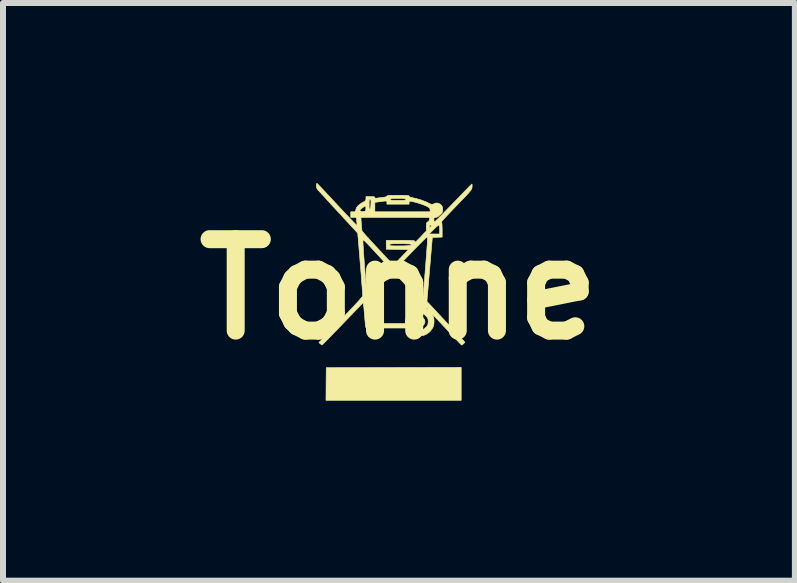
<source format=kicad_pcb>
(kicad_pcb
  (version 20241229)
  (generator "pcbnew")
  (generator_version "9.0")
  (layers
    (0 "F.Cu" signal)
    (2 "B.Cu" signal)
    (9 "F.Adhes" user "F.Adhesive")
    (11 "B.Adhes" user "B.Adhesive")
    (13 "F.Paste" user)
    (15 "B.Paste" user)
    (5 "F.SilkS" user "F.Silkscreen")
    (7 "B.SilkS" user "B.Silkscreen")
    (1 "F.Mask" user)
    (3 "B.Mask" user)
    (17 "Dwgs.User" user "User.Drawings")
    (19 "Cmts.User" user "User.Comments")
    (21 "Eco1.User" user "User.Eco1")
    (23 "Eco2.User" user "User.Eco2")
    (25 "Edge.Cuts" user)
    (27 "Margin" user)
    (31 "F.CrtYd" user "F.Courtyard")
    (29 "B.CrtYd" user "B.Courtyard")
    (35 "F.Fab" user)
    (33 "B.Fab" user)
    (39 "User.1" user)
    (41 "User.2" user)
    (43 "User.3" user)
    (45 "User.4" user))
  (footprint "Tonne"
    (layer "F.Cu")
    (at 3.6 1.771)
    (property "Reference" "Tonne" (at 0 0 0) (layer "F.SilkS") (effects (font (size 1.524 1.524) (thickness 0.3))))
    (attr through_hole)
    (fp_poly (pts (xy 1.037 1.852) (xy -1.217 1.852) (xy -1.212 1.307) (xy 1.037 1.302) (xy 1.037 1.852)) (stroke (width 0.01) (type solid)) (fill yes) (layer "F.SilkS"))
    (fp_poly (pts (xy 0.4 0.474) (xy 0.408 0.481) (xy 0.43 0.514) (xy 0.434 0.548) (xy 0.423 0.579) (xy 0.402 0.604) (xy 0.372 0.62) (xy 0.338 0.622) (xy 0.302 0.609) (xy 0.292 0.602) (xy 0.272 0.58) (xy 0.265 0.55) (xy 0.265 0.54) (xy 0.273 0.501) (xy 0.296 0.473) (xy 0.329 0.458) (xy 0.365 0.457) (xy 0.4 0.474)) (stroke (width 0.01) (type solid)) (fill yes) (layer "F.SilkS"))
    (fp_poly (pts (xy -1.358 -1.757) (xy -1.337 -1.735) (xy -1.304 -1.701) (xy -1.261 -1.655) (xy -1.209 -1.6) (xy -1.151 -1.538) (xy -1.087 -1.469) (xy -1.032 -1.41) (xy -0.965 -1.338) (xy -0.902 -1.271) (xy -0.845 -1.211) (xy -0.796 -1.159) (xy -0.755 -1.117) (xy -0.725 -1.086) (xy -0.706 -1.068) (xy -0.701 -1.063) (xy -0.7 -1.075) (xy -0.701 -1.102) (xy -0.704 -1.132) (xy -0.711 -1.196) (xy -0.634 -1.196) (xy -0.628 -1.093) (xy -0.624 -1.046) (xy -0.62 -1.007) (xy -0.617 -0.98) (xy -0.615 -0.972) (xy -0.606 -0.96) (xy -0.585 -0.935) (xy -0.553 -0.898) (xy -0.511 -0.852) (xy -0.461 -0.797) (xy -0.405 -0.737) (xy -0.35 -0.677) (xy -0.091 -0.399) (xy 0.033 -0.53) (xy 0.157 -0.661) (xy -0.212 -0.667) (xy -0.212 -0.743) (xy -0.157 -0.743) (xy -0.155 -0.733) (xy -0.154 -0.731) (xy -0.141 -0.726) (xy -0.11 -0.723) (xy -0.06 -0.722) (xy 0.011 -0.722) (xy 0.03 -0.722) (xy 0.096 -0.723) (xy 0.144 -0.725) (xy 0.176 -0.728) (xy 0.195 -0.731) (xy 0.204 -0.736) (xy 0.206 -0.741) (xy 0.203 -0.747) (xy 0.193 -0.751) (xy 0.172 -0.755) (xy 0.137 -0.757) (xy 0.086 -0.759) (xy 0.033 -0.76) (xy -0.039 -0.76) (xy -0.092 -0.759) (xy -0.128 -0.756) (xy -0.149 -0.751) (xy -0.157 -0.743) (xy -0.212 -0.743) (xy -0.212 -0.815) (xy 0.026 -0.815) (xy 0.104 -0.815) (xy 0.163 -0.814) (xy 0.206 -0.813) (xy 0.235 -0.811) (xy 0.252 -0.808) (xy 0.262 -0.804) (xy 0.265 -0.799) (xy 0.265 -0.798) (xy 0.266 -0.789) (xy 0.27 -0.786) (xy 0.281 -0.792) (xy 0.299 -0.809) (xy 0.327 -0.837) (xy 0.368 -0.879) (xy 0.368 -0.88) (xy 0.407 -0.921) (xy 0.503 -0.921) (xy 0.677 -0.921) (xy 0.677 -0.995) (xy 0.676 -1.037) (xy 0.672 -1.061) (xy 0.664 -1.069) (xy 0.664 -1.069) (xy 0.651 -1.062) (xy 0.627 -1.043) (xy 0.597 -1.015) (xy 0.577 -0.995) (xy 0.503 -0.921) (xy 0.407 -0.921) (xy 0.455 -0.971) (xy 0.455 -1.041) (xy 0.455 -1.048) (xy 0.508 -1.048) (xy 0.51 -1.031) (xy 0.512 -1.027) (xy 0.521 -1.033) (xy 0.534 -1.048) (xy 0.547 -1.063) (xy 0.544 -1.068) (xy 0.531 -1.069) (xy 0.512 -1.062) (xy 0.508 -1.048) (xy 0.455 -1.048) (xy 0.456 -1.081) (xy 0.46 -1.104) (xy 0.468 -1.116) (xy 0.474 -1.119) (xy 0.498 -1.136) (xy 0.508 -1.165) (xy 0.508 -1.172) (xy 0.508 -1.196) (xy -0.634 -1.196) (xy -0.711 -1.196) (xy -0.804 -1.196) (xy -0.804 -1.291) (xy -0.762 -1.291) (xy -0.735 -1.292) (xy -0.723 -1.299) (xy -0.722 -1.305) (xy -0.651 -1.305) (xy -0.64 -1.295) (xy -0.612 -1.293) (xy -0.598 -1.293) (xy -0.571 -1.296) (xy -0.559 -1.305) (xy -0.554 -1.324) (xy -0.552 -1.341) (xy -0.552 -1.369) (xy -0.555 -1.385) (xy -0.556 -1.386) (xy -0.574 -1.38) (xy -0.599 -1.365) (xy -0.624 -1.345) (xy -0.642 -1.328) (xy -0.645 -1.323) (xy -0.651 -1.305) (xy -0.722 -1.305) (xy -0.72 -1.316) (xy -0.72 -1.324) (xy -0.709 -1.359) (xy -0.68 -1.395) (xy -0.651 -1.417) (xy -0.497 -1.417) (xy -0.497 -1.373) (xy -0.494 -1.347) (xy -0.488 -1.336) (xy -0.484 -1.336) (xy -0.476 -1.35) (xy -0.47 -1.383) (xy -0.468 -1.422) (xy -0.467 -1.448) (xy -0.402 -1.448) (xy -0.402 -1.291) (xy 0.519 -1.291) (xy 0.519 -1.323) (xy 0.516 -1.341) (xy 0.507 -1.355) (xy 0.486 -1.37) (xy 0.456 -1.386) (xy 0.401 -1.409) (xy 0.335 -1.432) (xy 0.263 -1.452) (xy 0.204 -1.465) (xy 0.18 -1.467) (xy 0.171 -1.46) (xy 0.169 -1.444) (xy 0.169 -1.418) (xy -0.201 -1.418) (xy -0.201 -1.446) (xy -0.201 -1.457) (xy -0.204 -1.465) (xy -0.212 -1.469) (xy -0.229 -1.47) (xy -0.259 -1.467) (xy -0.303 -1.461) (xy -0.357 -1.454) (xy -0.402 -1.448) (xy -0.467 -1.448) (xy -0.467 -1.464) (xy -0.469 -1.488) (xy -0.472 -1.498) (xy -0.148 -1.498) (xy -0.148 -1.498) (xy -0.145 -1.491) (xy -0.134 -1.486) (xy -0.111 -1.483) (xy -0.073 -1.482) (xy -0.017 -1.482) (xy -0.016 -1.482) (xy 0.04 -1.482) (xy 0.078 -1.483) (xy 0.102 -1.486) (xy 0.113 -1.491) (xy 0.116 -1.497) (xy 0.116 -1.498) (xy 0.113 -1.504) (xy 0.102 -1.509) (xy 0.079 -1.512) (xy 0.041 -1.513) (xy -0.015 -1.513) (xy -0.016 -1.513) (xy -0.072 -1.513) (xy -0.11 -1.512) (xy -0.133 -1.509) (xy -0.145 -1.504) (xy -0.148 -1.498) (xy -0.472 -1.498) (xy -0.473 -1.5) (xy -0.481 -1.503) (xy -0.489 -1.499) (xy -0.494 -1.486) (xy -0.497 -1.458) (xy -0.497 -1.417) (xy -0.651 -1.417) (xy -0.633 -1.431) (xy -0.6 -1.45) (xy -0.57 -1.467) (xy -0.556 -1.483) (xy -0.551 -1.501) (xy -0.55 -1.511) (xy -0.55 -1.545) (xy -0.476 -1.545) (xy -0.437 -1.544) (xy -0.414 -1.541) (xy -0.404 -1.535) (xy -0.402 -1.528) (xy -0.396 -1.516) (xy -0.378 -1.517) (xy -0.356 -1.521) (xy -0.32 -1.525) (xy -0.279 -1.53) (xy -0.278 -1.53) (xy -0.234 -1.536) (xy -0.209 -1.543) (xy -0.201 -1.552) (xy -0.201 -1.552) (xy -0.197 -1.557) (xy -0.185 -1.561) (xy -0.16 -1.564) (xy -0.121 -1.565) (xy -0.066 -1.566) (xy -0.016 -1.566) (xy 0.052 -1.566) (xy 0.102 -1.565) (xy 0.136 -1.563) (xy 0.156 -1.561) (xy 0.167 -1.556) (xy 0.169 -1.551) (xy 0.179 -1.538) (xy 0.207 -1.529) (xy 0.209 -1.529) (xy 0.291 -1.511) (xy 0.374 -1.486) (xy 0.45 -1.457) (xy 0.476 -1.445) (xy 0.513 -1.426) (xy 0.538 -1.417) (xy 0.555 -1.415) (xy 0.57 -1.419) (xy 0.579 -1.424) (xy 0.616 -1.437) (xy 0.65 -1.435) (xy 0.678 -1.423) (xy 0.709 -1.4) (xy 0.726 -1.368) (xy 0.73 -1.325) (xy 0.728 -1.301) (xy 0.721 -1.28) (xy 0.704 -1.258) (xy 0.674 -1.23) (xy 0.656 -1.214) (xy 0.63 -1.2) (xy 0.609 -1.196) (xy 0.591 -1.193) (xy 0.583 -1.181) (xy 0.582 -1.159) (xy 0.585 -1.134) (xy 0.591 -1.122) (xy 0.592 -1.122) (xy 0.601 -1.129) (xy 0.623 -1.15) (xy 0.657 -1.183) (xy 0.701 -1.227) (xy 0.753 -1.28) (xy 0.811 -1.34) (xy 0.875 -1.405) (xy 0.905 -1.437) (xy 0.971 -1.504) (xy 1.032 -1.567) (xy 1.086 -1.624) (xy 1.134 -1.672) (xy 1.171 -1.711) (xy 1.199 -1.738) (xy 1.213 -1.752) (xy 1.216 -1.754) (xy 1.219 -1.746) (xy 1.219 -1.724) (xy 1.219 -1.707) (xy 1.217 -1.693) (xy 1.214 -1.68) (xy 1.209 -1.667) (xy 1.199 -1.651) (xy 1.183 -1.631) (xy 1.161 -1.604) (xy 1.129 -1.57) (xy 1.087 -1.526) (xy 1.034 -1.471) (xy 0.968 -1.402) (xy 0.955 -1.389) (xy 0.896 -1.327) (xy 0.841 -1.27) (xy 0.794 -1.22) (xy 0.756 -1.179) (xy 0.728 -1.147) (xy 0.711 -1.128) (xy 0.708 -1.122) (xy 0.713 -1.113) (xy 0.717 -1.085) (xy 0.719 -1.037) (xy 0.72 -0.995) (xy 0.72 -0.869) (xy 0.638 -0.866) (xy 0.556 -0.863) (xy 0.511 -0.33) (xy 0.466 0.203) (xy 1.1 0.883) (xy 1.077 0.907) (xy 1.059 0.924) (xy 1.046 0.931) (xy 1.046 0.931) (xy 1.037 0.924) (xy 1.016 0.903) (xy 0.984 0.869) (xy 0.942 0.826) (xy 0.894 0.775) (xy 0.839 0.717) (xy 0.803 0.677) (xy 0.746 0.617) (xy 0.694 0.561) (xy 0.649 0.513) (xy 0.611 0.474) (xy 0.583 0.446) (xy 0.567 0.43) (xy 0.563 0.428) (xy 0.565 0.439) (xy 0.572 0.457) (xy 0.582 0.49) (xy 0.585 0.535) (xy 0.582 0.583) (xy 0.571 0.624) (xy 0.567 0.635) (xy 0.526 0.696) (xy 0.474 0.741) (xy 0.415 0.769) (xy 0.351 0.779) (xy 0.285 0.771) (xy 0.221 0.743) (xy 0.218 0.741) (xy 0.187 0.717) (xy 0.16 0.69) (xy 0.152 0.678) (xy 0.133 0.646) (xy -0.36 0.646) (xy -0.36 0.783) (xy -0.508 0.783) (xy -0.508 0.714) (xy -0.508 0.688) (xy -0.455 0.688) (xy -0.452 0.717) (xy -0.444 0.729) (xy -0.439 0.73) (xy -0.428 0.723) (xy -0.424 0.7) (xy -0.423 0.688) (xy -0.426 0.658) (xy -0.435 0.646) (xy -0.439 0.646) (xy -0.45 0.653) (xy -0.455 0.676) (xy -0.455 0.688) (xy -0.508 0.688) (xy -0.509 0.677) (xy -0.511 0.657) (xy -0.518 0.648) (xy -0.53 0.646) (xy -0.533 0.646) (xy -0.542 0.645) (xy -0.549 0.641) (xy -0.555 0.631) (xy -0.559 0.612) (xy -0.562 0.58) (xy -0.566 0.533) (xy -0.571 0.474) (xy -0.576 0.412) (xy -0.581 0.355) (xy -0.585 0.308) (xy -0.589 0.274) (xy -0.591 0.263) (xy -0.598 0.224) (xy -0.936 0.575) (xy -1.005 0.647) (xy -1.07 0.713) (xy -1.128 0.774) (xy -1.179 0.827) (xy -1.222 0.87) (xy -1.254 0.902) (xy -1.273 0.922) (xy -1.28 0.928) (xy -1.291 0.924) (xy -1.311 0.91) (xy -1.311 0.91) (xy -1.335 0.889) (xy -0.972 0.513) (xy -0.894 0.431) (xy -0.823 0.356) (xy -0.76 0.289) (xy -0.706 0.231) (xy -0.662 0.183) (xy -0.641 0.158) (xy -0.532 0.158) (xy -0.52 0.33) (xy -0.515 0.391) (xy -0.51 0.447) (xy -0.506 0.494) (xy -0.503 0.526) (xy -0.502 0.537) (xy -0.496 0.572) (xy 0.103 0.572) (xy 0.109 0.518) (xy 0.11 0.515) (xy 0.207 0.515) (xy 0.21 0.567) (xy 0.218 0.592) (xy 0.245 0.637) (xy 0.285 0.665) (xy 0.339 0.677) (xy 0.353 0.677) (xy 0.386 0.675) (xy 0.409 0.667) (xy 0.433 0.648) (xy 0.446 0.636) (xy 0.47 0.61) (xy 0.482 0.587) (xy 0.486 0.56) (xy 0.487 0.54) (xy 0.485 0.505) (xy 0.478 0.481) (xy 0.46 0.458) (xy 0.446 0.443) (xy 0.419 0.419) (xy 0.396 0.406) (xy 0.368 0.402) (xy 0.355 0.402) (xy 0.298 0.411) (xy 0.253 0.434) (xy 0.222 0.47) (xy 0.207 0.515) (xy 0.11 0.515) (xy 0.127 0.448) (xy 0.163 0.389) (xy 0.213 0.343) (xy 0.253 0.323) (xy 0.458 0.323) (xy 0.468 0.335) (xy 0.478 0.339) (xy 0.482 0.333) (xy 0.476 0.323) (xy 0.463 0.311) (xy 0.458 0.311) (xy 0.458 0.323) (xy 0.253 0.323) (xy 0.275 0.312) (xy 0.329 0.301) (xy 0.364 0.296) (xy 0.382 0.291) (xy 0.39 0.281) (xy 0.392 0.265) (xy 0.392 0.263) (xy 0.389 0.252) (xy 0.382 0.237) (xy 0.369 0.217) (xy 0.347 0.19) (xy 0.317 0.154) (xy 0.275 0.108) (xy 0.223 0.05) (xy 0.157 -0.022) (xy 0.147 -0.032) (xy -0.097 -0.296) (xy -0.247 -0.14) (xy -0.298 -0.087) (xy -0.349 -0.034) (xy -0.396 0.015) (xy -0.436 0.057) (xy -0.465 0.087) (xy -0.532 0.158) (xy -0.641 0.158) (xy -0.63 0.146) (xy -0.611 0.122) (xy -0.606 0.113) (xy -0.606 0.098) (xy -0.608 0.064) (xy -0.611 0.014) (xy -0.616 -0.052) (xy -0.622 -0.129) (xy -0.628 -0.218) (xy -0.636 -0.314) (xy -0.644 -0.416) (xy -0.645 -0.423) (xy -0.677 -0.813) (xy -0.601 -0.813) (xy -0.601 -0.797) (xy -0.599 -0.762) (xy -0.596 -0.711) (xy -0.592 -0.646) (xy -0.587 -0.57) (xy -0.581 -0.485) (xy -0.574 -0.394) (xy -0.572 -0.372) (xy -0.565 -0.281) (xy -0.558 -0.196) (xy -0.553 -0.12) (xy -0.548 -0.056) (xy -0.544 -0.005) (xy -0.541 0.03) (xy -0.54 0.047) (xy -0.54 0.048) (xy -0.538 0.052) (xy -0.531 0.049) (xy -0.517 0.038) (xy -0.495 0.018) (xy -0.464 -0.013) (xy -0.422 -0.056) (xy -0.368 -0.113) (xy -0.339 -0.143) (xy -0.288 -0.196) (xy -0.243 -0.245) (xy -0.205 -0.286) (xy -0.176 -0.319) (xy -0.158 -0.34) (xy -0.153 -0.347) (xy -0.155 -0.349) (xy -0.037 -0.349) (xy -0.03 -0.339) (xy -0.011 -0.317) (xy 0.018 -0.284) (xy 0.055 -0.242) (xy 0.098 -0.195) (xy 0.145 -0.144) (xy 0.193 -0.092) (xy 0.241 -0.04) (xy 0.286 0.008) (xy 0.326 0.05) (xy 0.36 0.085) (xy 0.384 0.11) (xy 0.398 0.122) (xy 0.399 0.123) (xy 0.401 0.112) (xy 0.404 0.082) (xy 0.408 0.035) (xy 0.414 -0.027) (xy 0.42 -0.1) (xy 0.427 -0.184) (xy 0.435 -0.277) (xy 0.44 -0.34) (xy 0.449 -0.46) (xy 0.457 -0.559) (xy 0.463 -0.642) (xy 0.468 -0.708) (xy 0.472 -0.76) (xy 0.474 -0.799) (xy 0.475 -0.828) (xy 0.474 -0.847) (xy 0.473 -0.859) (xy 0.47 -0.865) (xy 0.467 -0.867) (xy 0.463 -0.866) (xy 0.462 -0.866) (xy 0.451 -0.858) (xy 0.429 -0.837) (xy 0.396 -0.804) (xy 0.355 -0.763) (xy 0.308 -0.716) (xy 0.257 -0.664) (xy 0.204 -0.609) (xy 0.152 -0.555) (xy 0.102 -0.503) (xy 0.057 -0.455) (xy 0.018 -0.413) (xy -0.012 -0.38) (xy -0.031 -0.358) (xy -0.037 -0.349) (xy -0.155 -0.349) (xy -0.16 -0.357) (xy -0.18 -0.381) (xy -0.211 -0.416) (xy -0.25 -0.461) (xy -0.298 -0.513) (xy -0.351 -0.571) (xy -0.376 -0.598) (xy -0.439 -0.666) (xy -0.489 -0.72) (xy -0.528 -0.76) (xy -0.556 -0.789) (xy -0.577 -0.808) (xy -0.59 -0.817) (xy -0.598 -0.819) (xy -0.601 -0.815) (xy -0.601 -0.813) (xy -0.677 -0.813) (xy -0.688 -0.935) (xy -0.723 -0.973) (xy -0.738 -0.99) (xy -0.766 -1.02) (xy -0.804 -1.061) (xy -0.851 -1.112) (xy -0.905 -1.17) (xy -0.963 -1.234) (xy -1.016 -1.291) (xy -1.078 -1.358) (xy -1.138 -1.423) (xy -1.193 -1.483) (xy -1.241 -1.536) (xy -1.281 -1.579) (xy -1.31 -1.611) (xy -1.325 -1.627) (xy -1.353 -1.658) (xy -1.368 -1.682) (xy -1.375 -1.705) (xy -1.376 -1.725) (xy -1.374 -1.751) (xy -1.369 -1.765) (xy -1.367 -1.766) (xy -1.358 -1.757)) (stroke (width 0.01) (type solid)) (fill yes) (layer "F.SilkS")))
  (gr_rect
    (start -3 -3)
    (end 10.199 6.628)
    (stroke (width 0.1) (type default))
    (fill no)
    (layer "Edge.Cuts")))
</source>
